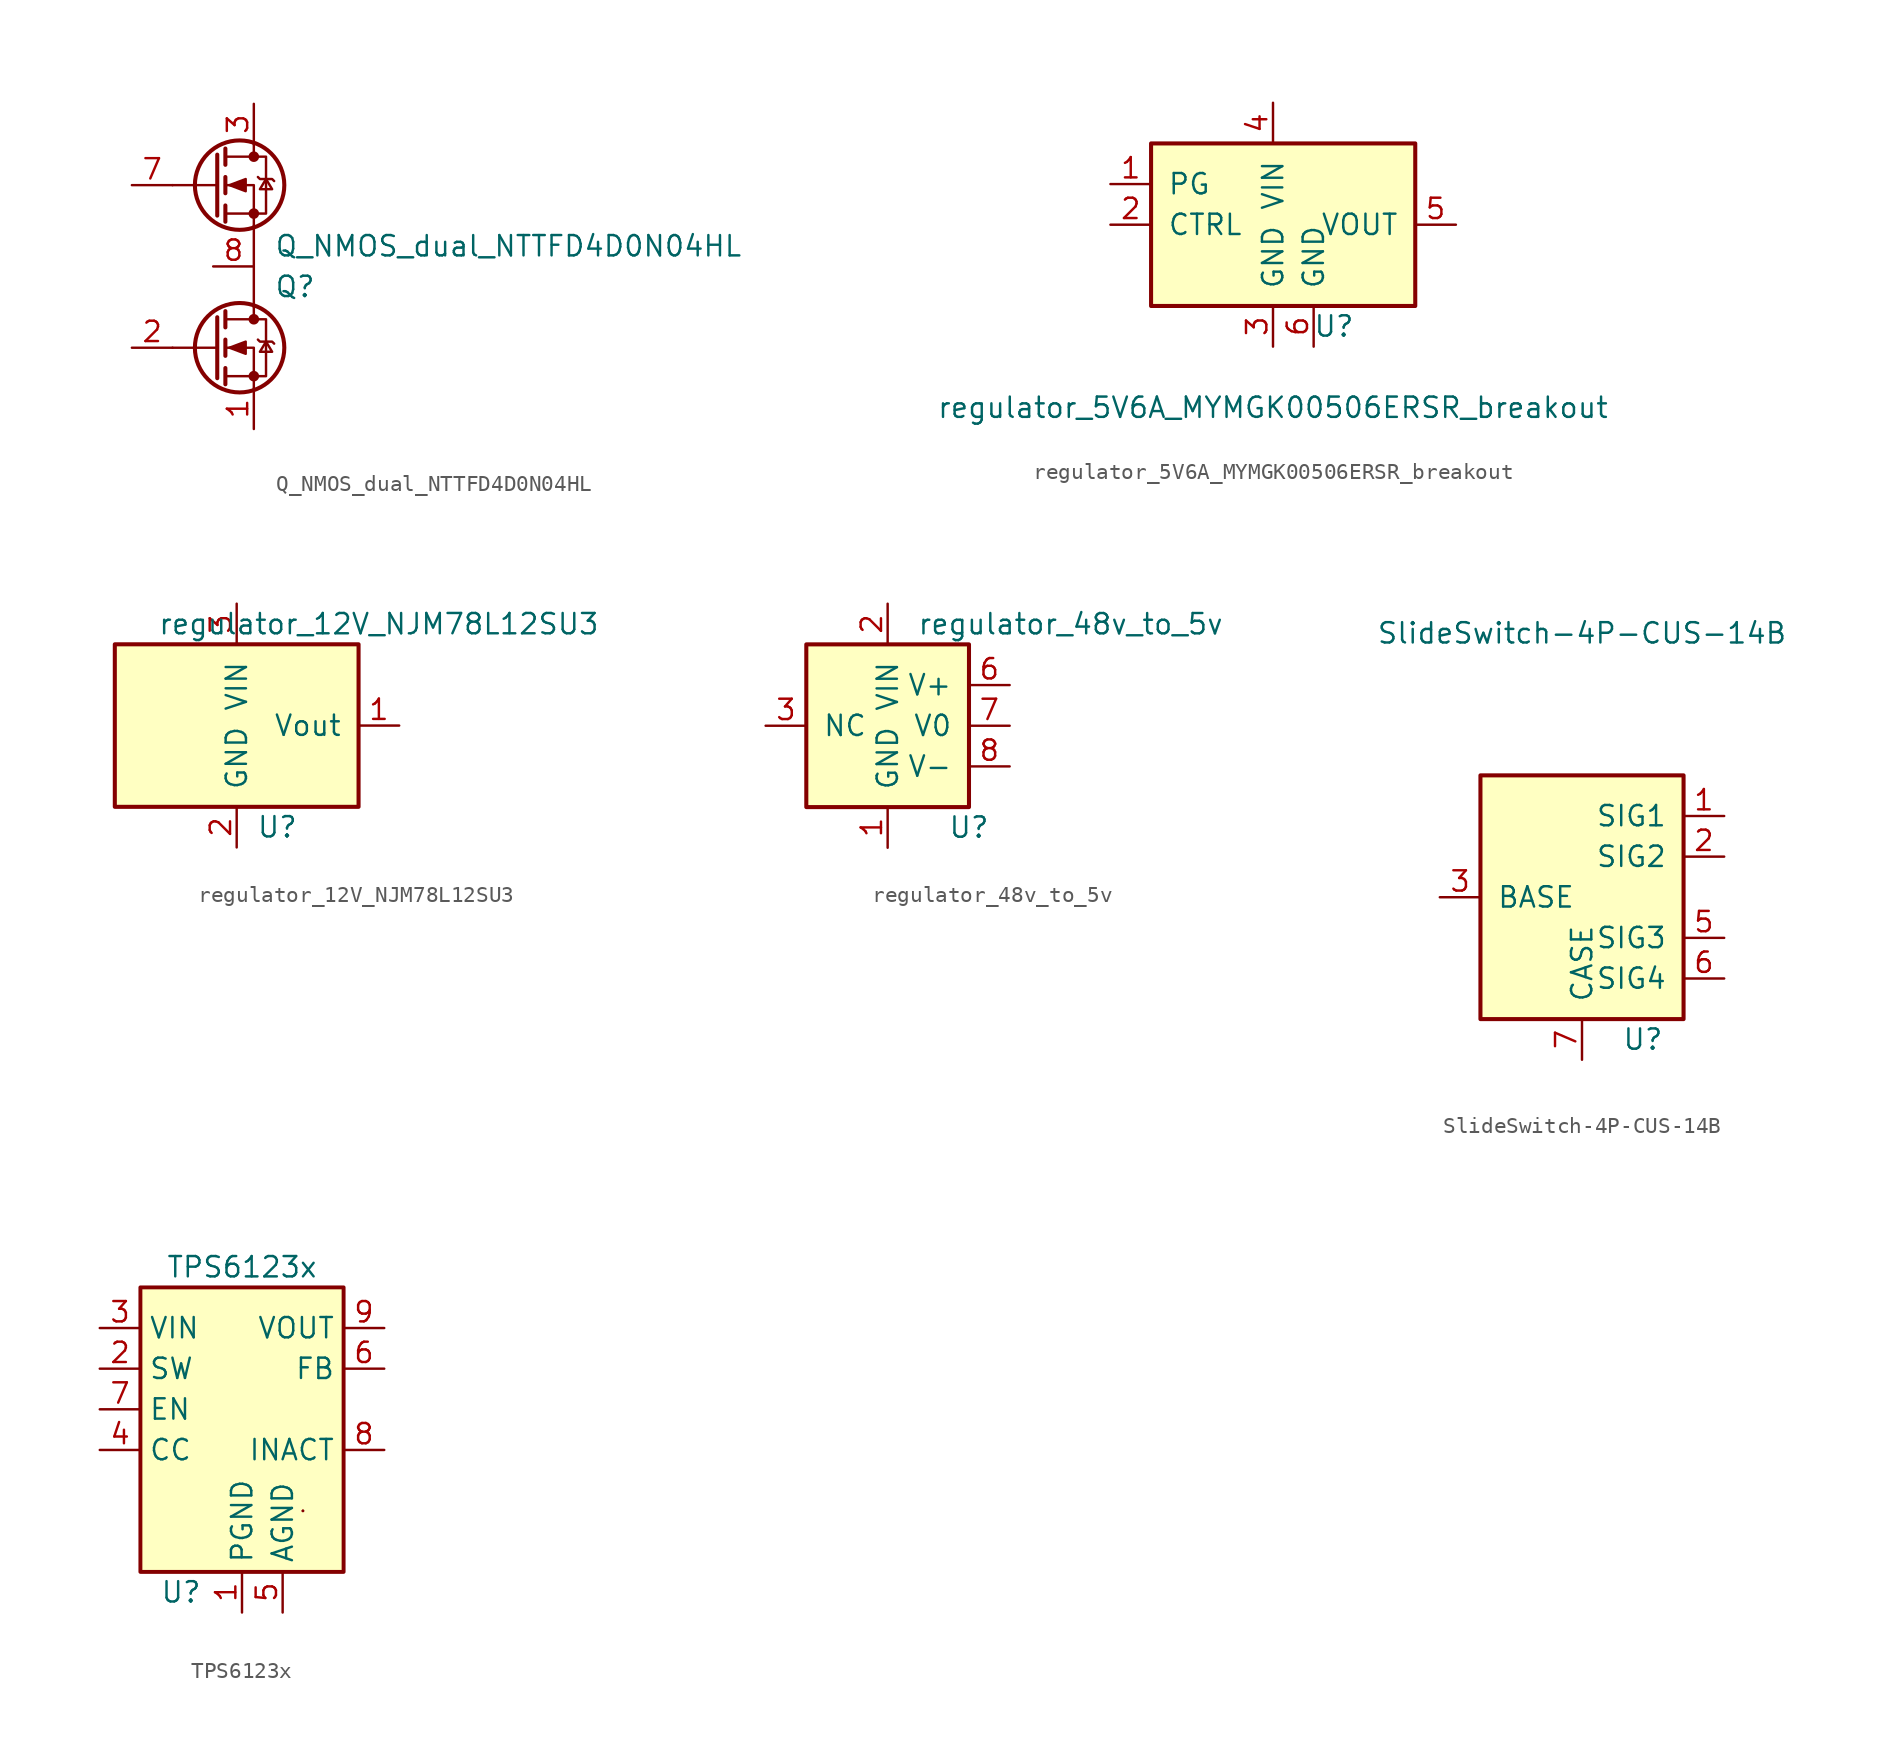
<source format=kicad_sym>
(kicad_symbol_lib
  (version 20211014)
  (generator kicad_symbol_editor)
  (symbol "Q_NMOS_dual_NTTFD4D0N04HL"
    (pin_names
      (offset 0) hide)
    (property "Reference" "Q"
      (at 3.81 -1.27 0)
      (effects (font (size 1.27 1.27)) (justify left)))
    (property "Value" "Q_NMOS_dual_NTTFD4D0N04HL"
      (at 3.81 1.27 0)
      (effects (font (size 1.27 1.27)) (justify left)))
    (symbol "Q_NMOS_dual_NTTFD4D0N04HL_0_1"
      (polyline (pts (xy 0.254 -5.08) (xy -2.54 -5.08)) (stroke (width 0) (type default) (color 0 0 0 0)) (fill (type none)))
      (polyline (pts (xy 0.254 -3.175) (xy 0.254 -6.985)) (stroke (width 0.254) (type default) (color 0 0 0 0)) (fill (type none)))
      (polyline (pts (xy 0.762 -6.35) (xy 0.762 -7.366)) (stroke (width 0.254) (type default) (color 0 0 0 0)) (fill (type none)))
      (polyline (pts (xy 0.762 -4.572) (xy 0.762 -5.588)) (stroke (width 0.254) (type default) (color 0 0 0 0)) (fill (type none)))
      (polyline (pts (xy 0.762 -2.794) (xy 0.762 -3.81)) (stroke (width 0.254) (type default) (color 0 0 0 0)) (fill (type none)))
      (polyline (pts (xy 2.54 -2.54) (xy 2.54 -3.302)) (stroke (width 0) (type default) (color 0 0 0 0)) (fill (type none)))
      (polyline (pts (xy 2.54 2.54) (xy 2.54 -2.54)) (stroke (width 0) (type default) (color 0 0 0 0)) (fill (type none)))
      (polyline (pts (xy 2.54 -7.62) (xy 2.54 -5.08) (xy 0.762 -5.08)) (stroke (width 0) (type default) (color 0 0 0 0)) (fill (type none)))
      (polyline (pts (xy 0.762 -6.858) (xy 3.302 -6.858) (xy 3.302 -3.302) (xy 0.762 -3.302)) (stroke (width 0) (type default) (color 0 0 0 0)) (fill (type none)))
      (polyline (pts (xy 1.016 -5.08) (xy 2.032 -4.699) (xy 2.032 -5.461) (xy 1.016 -5.08)) (stroke (width 0) (type default) (color 0 0 0 0)) (fill (type outline)))
      (polyline (pts (xy 2.794 -4.572) (xy 2.921 -4.699) (xy 3.683 -4.699) (xy 3.81 -4.826)) (stroke (width 0) (type default) (color 0 0 0 0)) (fill (type none)))
      (polyline (pts (xy 3.302 -4.699) (xy 2.921 -5.334) (xy 3.683 -5.334) (xy 3.302 -4.699)) (stroke (width 0) (type default) (color 0 0 0 0)) (fill (type none)))
      (circle (center 1.651 -5.08) (radius 2.794) (stroke (width 0.254) (type default) (color 0 0 0 0)) (fill (type none)))
      (circle (center 2.54 -6.858) (radius 0.254) (stroke (width 0) (type default) (color 0 0 0 0)) (fill (type outline)))
      (circle (center 2.54 -3.302) (radius 0.254) (stroke (width 0) (type default) (color 0 0 0 0)) (fill (type outline))))
    (symbol "Q_NMOS_dual_NTTFD4D0N04HL_1_1"
      (polyline (pts (xy 0.254 5.08) (xy -2.54 5.08)) (stroke (width 0) (type default) (color 0 0 0 0)) (fill (type none)))
      (polyline (pts (xy 0.254 6.985) (xy 0.254 3.175)) (stroke (width 0.254) (type default) (color 0 0 0 0)) (fill (type none)))
      (polyline (pts (xy 0.762 3.81) (xy 0.762 2.794)) (stroke (width 0.254) (type default) (color 0 0 0 0)) (fill (type none)))
      (polyline (pts (xy 0.762 5.588) (xy 0.762 4.572)) (stroke (width 0.254) (type default) (color 0 0 0 0)) (fill (type none)))
      (polyline (pts (xy 0.762 7.366) (xy 0.762 6.35)) (stroke (width 0.254) (type default) (color 0 0 0 0)) (fill (type none)))
      (polyline (pts (xy 2.54 7.62) (xy 2.54 6.858)) (stroke (width 0) (type default) (color 0 0 0 0)) (fill (type none)))
      (polyline (pts (xy 2.54 2.54) (xy 2.54 5.08) (xy 0.762 5.08)) (stroke (width 0) (type default) (color 0 0 0 0)) (fill (type none)))
      (polyline (pts (xy 0.762 3.302) (xy 3.302 3.302) (xy 3.302 6.858) (xy 0.762 6.858)) (stroke (width 0) (type default) (color 0 0 0 0)) (fill (type none)))
      (polyline (pts (xy 1.016 5.08) (xy 2.032 5.461) (xy 2.032 4.699) (xy 1.016 5.08)) (stroke (width 0) (type default) (color 0 0 0 0)) (fill (type outline)))
      (polyline (pts (xy 2.794 5.588) (xy 2.921 5.461) (xy 3.683 5.461) (xy 3.81 5.334)) (stroke (width 0) (type default) (color 0 0 0 0)) (fill (type none)))
      (polyline (pts (xy 3.302 5.461) (xy 2.921 4.826) (xy 3.683 4.826) (xy 3.302 5.461)) (stroke (width 0) (type default) (color 0 0 0 0)) (fill (type none)))
      (circle (center 1.651 5.08) (radius 2.794) (stroke (width 0.254) (type default) (color 0 0 0 0)) (fill (type none)))
      (circle (center 2.54 3.302) (radius 0.254) (stroke (width 0) (type default) (color 0 0 0 0)) (fill (type outline)))
      (circle (center 2.54 6.858) (radius 0.254) (stroke (width 0) (type default) (color 0 0 0 0)) (fill (type outline)))
      (pin passive line (at 2.54 -10.16 90) (length 2.54) (name "GND" (effects (font (size 1.27 1.27)))) (number "1" (effects (font (size 1.27 1.27)))))
      (pin passive line (at 0 0 0) (length 2.54) hide (name "SW" (effects (font (size 1.27 1.27)))) (number "10" (effects (font (size 1.27 1.27)))))
      (pin passive line (at 2.54 -10.16 90) (length 2.54) hide (name "GND" (effects (font (size 1.27 1.27)))) (number "11" (effects (font (size 1.27 1.27)))))
      (pin input line (at -5.08 -5.08 0) (length 2.54) (name "LSG" (effects (font (size 1.27 1.27)))) (number "2" (effects (font (size 1.27 1.27)))))
      (pin passive line (at 2.54 10.16 270) (length 2.54) (name "V+" (effects (font (size 1.27 1.27)))) (number "3" (effects (font (size 1.27 1.27)))))
      (pin passive line (at 2.54 10.16 270) (length 2.54) hide (name "V+" (effects (font (size 1.27 1.27)))) (number "4" (effects (font (size 1.27 1.27)))))
      (pin passive line (at 2.54 10.16 270) (length 2.54) hide (name "V+" (effects (font (size 1.27 1.27)))) (number "5" (effects (font (size 1.27 1.27)))))
      (pin input line (at -5.08 5.08 0) (length 2.54) (name "HSG" (effects (font (size 1.27 1.27)))) (number "7" (effects (font (size 1.27 1.27)))))
      (pin passive line (at 0 0 0) (length 2.54) (name "SW" (effects (font (size 1.27 1.27)))) (number "8" (effects (font (size 1.27 1.27)))))
      (pin passive line (at 0 0 0) (length 2.54) hide (name "SW" (effects (font (size 1.27 1.27)))) (number "9" (effects (font (size 1.27 1.27)))))))
  (symbol "regulator_5V6A_MYMGK00506ERSR_breakout"
    (pin_names
      (offset 1.016))
    (property "Reference" "U"
      (at 3.81 -6.35 0)
      (effects (font (size 1.27 1.27))))
    (property "Value" "regulator_5V6A_MYMGK00506ERSR_breakout"
      (at 0 -11.43 0)
      (effects (font (size 1.27 1.27))))
    (symbol "regulator_5V6A_MYMGK00506ERSR_breakout_0_1"
      (rectangle (start -7.62 5.08) (end 8.89 -5.08) (stroke (width 0.254) (type default) (color 0 0 0 0)) (fill (type background))))
    (symbol "regulator_5V6A_MYMGK00506ERSR_breakout_1_1"
      (pin input line (at -10.16 2.54 0) (length 2.54) (name "PG" (effects (font (size 1.27 1.27)))) (number "1" (effects (font (size 1.27 1.27)))))
      (pin input line (at -10.16 0 0) (length 2.54) (name "CTRL" (effects (font (size 1.27 1.27)))) (number "2" (effects (font (size 1.27 1.27)))))
      (pin input line (at 0 -7.62 90) (length 2.54) (name "GND" (effects (font (size 1.27 1.27)))) (number "3" (effects (font (size 1.27 1.27)))))
      (pin input line (at 0 7.62 270) (length 2.54) (name "VIN" (effects (font (size 1.27 1.27)))) (number "4" (effects (font (size 1.27 1.27)))))
      (pin input line (at 11.43 0 180) (length 2.54) (name "VOUT" (effects (font (size 1.27 1.27)))) (number "5" (effects (font (size 1.27 1.27)))))
      (pin input line (at 2.54 -7.62 90) (length 2.54) (name "GND" (effects (font (size 1.27 1.27)))) (number "6" (effects (font (size 1.27 1.27)))))))
  (symbol "regulator_12V_NJM78L12SU3"
    (pin_names
      (offset 1.016))
    (property "Reference" "U"
      (at 2.54 -6.35 0)
      (effects (font (size 1.27 1.27))))
    (property "Value" "regulator_12V_NJM78L12SU3"
      (at 8.89 6.35 0)
      (effects (font (size 1.27 1.27))))
    (symbol "regulator_12V_NJM78L12SU3_0_1"
      (rectangle (start -7.62 5.08) (end 7.62 -5.08) (stroke (width 0.254) (type default) (color 0 0 0 0)) (fill (type background))))
    (symbol "regulator_12V_NJM78L12SU3_1_1"
      (pin power_out line (at 10.16 0 180) (length 2.54) (name "Vout" (effects (font (size 1.27 1.27)))) (number "1" (effects (font (size 1.27 1.27)))))
      (pin power_in line (at 0 -7.62 90) (length 2.54) (name "GND" (effects (font (size 1.27 1.27)))) (number "2" (effects (font (size 1.27 1.27)))))
      (pin power_in line (at 0 7.62 270) (length 2.54) (name "VIN" (effects (font (size 1.27 1.27)))) (number "3" (effects (font (size 1.27 1.27)))))))
  (symbol "regulator_48v_to_5v"
    (pin_names
      (offset 1.016))
    (property "Reference" "U"
      (at 5.08 -6.35 0)
      (effects (font (size 1.27 1.27))))
    (property "Value" "regulator_48v_to_5v"
      (at 11.43 6.35 0)
      (effects (font (size 1.27 1.27))))
    (symbol "regulator_48v_to_5v_0_1"
      (rectangle (start -5.08 5.08) (end 5.08 -5.08) (stroke (width 0.254) (type default) (color 0 0 0 0)) (fill (type background))))
    (symbol "regulator_48v_to_5v_1_1"
      (pin input line (at 0 -7.62 90) (length 2.54) (name "GND" (effects (font (size 1.27 1.27)))) (number "1" (effects (font (size 1.27 1.27)))))
      (pin input line (at 0 7.62 270) (length 2.54) (name "VIN" (effects (font (size 1.27 1.27)))) (number "2" (effects (font (size 1.27 1.27)))))
      (pin input line (at -7.62 0 0) (length 2.54) (name "NC" (effects (font (size 1.27 1.27)))) (number "3" (effects (font (size 1.27 1.27)))))
      (pin input line (at 7.62 2.54 180) (length 2.54) (name "V+" (effects (font (size 1.27 1.27)))) (number "6" (effects (font (size 1.27 1.27)))))
      (pin input line (at 7.62 0 180) (length 2.54) (name "V0" (effects (font (size 1.27 1.27)))) (number "7" (effects (font (size 1.27 1.27)))))
      (pin input line (at 7.62 -2.54 180) (length 2.54) (name "V-" (effects (font (size 1.27 1.27)))) (number "8" (effects (font (size 1.27 1.27)))))))
  (symbol "SlideSwitch-4P-CUS-14B"
    (pin_names
      (offset 1.016))
    (property "Reference" "U"
      (at 3.81 -8.89 0)
      (effects (font (size 1.27 1.27))))
    (property "Value" "SlideSwitch-4P-CUS-14B"
      (at 0 16.51 0)
      (effects (font (size 1.27 1.27))))
    (symbol "SlideSwitch-4P-CUS-14B_0_1"
      (rectangle (start -6.35 7.62) (end 6.35 -7.62) (stroke (width 0.254) (type default) (color 0 0 0 0)) (fill (type background))))
    (symbol "SlideSwitch-4P-CUS-14B_1_1"
      (pin input line (at 8.89 5.08 180) (length 2.54) (name "SIG1" (effects (font (size 1.27 1.27)))) (number "1" (effects (font (size 1.27 1.27)))))
      (pin input line (at 8.89 2.54 180) (length 2.54) (name "SIG2" (effects (font (size 1.27 1.27)))) (number "2" (effects (font (size 1.27 1.27)))))
      (pin input line (at -8.89 0 0) (length 2.54) (name "BASE" (effects (font (size 1.27 1.27)))) (number "3" (effects (font (size 1.27 1.27)))))
      (pin passive line (at -8.89 0 0) (length 2.54) hide (name "BASE" (effects (font (size 1.27 1.27)))) (number "4" (effects (font (size 1.27 1.27)))))
      (pin input line (at 8.89 -2.54 180) (length 2.54) (name "SIG3" (effects (font (size 1.27 1.27)))) (number "5" (effects (font (size 1.27 1.27)))))
      (pin input line (at 8.89 -5.08 180) (length 2.54) (name "SIG4" (effects (font (size 1.27 1.27)))) (number "6" (effects (font (size 1.27 1.27)))))
      (pin unspecified line (at 0 -10.16 90) (length 2.54) (name "CASE" (effects (font (size 1.27 1.27)))) (number "7" (effects (font (size 1.27 1.27)))))))
  (symbol "TPS6123x"
    (property "Reference" "U"
      (at -3.81 -8.89 0)
      (effects (font (size 1.27 1.27))))
    (property "Value" "TPS6123x"
      (at 0 11.43 0)
      (effects (font (size 1.27 1.27))))
    (symbol "TPS6123x_0_1"
      (rectangle (start -6.35 10.16) (end 6.35 -7.62) (stroke (width 0.245) (type default) (color 0 0 0 0)) (fill (type background)))
      (rectangle (start 3.81 -3.81) (end 3.81 -3.81) (stroke (width 0) (type default) (color 0 0 0 0)) (fill (type none)))
      (rectangle (start 3.81 -3.81) (end 3.81 -3.81) (stroke (width 0) (type default) (color 0 0 0 0)) (fill (type none)))
      (rectangle (start 3.81 -3.81) (end 3.81 -3.81) (stroke (width 0) (type default) (color 0 0 0 0)) (fill (type none)))
      (rectangle (start 3.81 -3.81) (end 3.81 -3.81) (stroke (width 0) (type default) (color 0 0 0 0)) (fill (type none)))
      (rectangle (start 3.81 -3.81) (end 3.81 -3.81) (stroke (width 0) (type default) (color 0 0 0 0)) (fill (type none))))
    (symbol "TPS6123x_1_1"
      (pin input line (at 0 -10.16 90) (length 2.54) (name "PGND" (effects (font (size 1.27 1.27)))) (number "1" (effects (font (size 1.27 1.27)))))
      (pin input line (at -8.89 5.08 0) (length 2.54) (name "SW" (effects (font (size 1.27 1.27)))) (number "2" (effects (font (size 1.27 1.27)))))
      (pin input line (at -8.89 7.62 0) (length 2.54) (name "VIN" (effects (font (size 1.27 1.27)))) (number "3" (effects (font (size 1.27 1.27)))))
      (pin input line (at -8.89 0 0) (length 2.54) (name "CC" (effects (font (size 1.27 1.27)))) (number "4" (effects (font (size 1.27 1.27)))))
      (pin input line (at 2.54 -10.16 90) (length 2.54) (name "AGND" (effects (font (size 1.27 1.27)))) (number "5" (effects (font (size 1.27 1.27)))))
      (pin input line (at 8.89 5.08 180) (length 2.54) (name "FB" (effects (font (size 1.27 1.27)))) (number "6" (effects (font (size 1.27 1.27)))))
      (pin input line (at -8.89 2.54 0) (length 2.54) (name "EN" (effects (font (size 1.27 1.27)))) (number "7" (effects (font (size 1.27 1.27)))))
      (pin input line (at 8.89 0 180) (length 2.54) (name "INACT" (effects (font (size 1.27 1.27)))) (number "8" (effects (font (size 1.27 1.27)))))
      (pin input line (at 8.89 7.62 180) (length 2.54) (name "VOUT" (effects (font (size 1.27 1.27)))) (number "9" (effects (font (size 1.27 1.27))))))))
</source>
